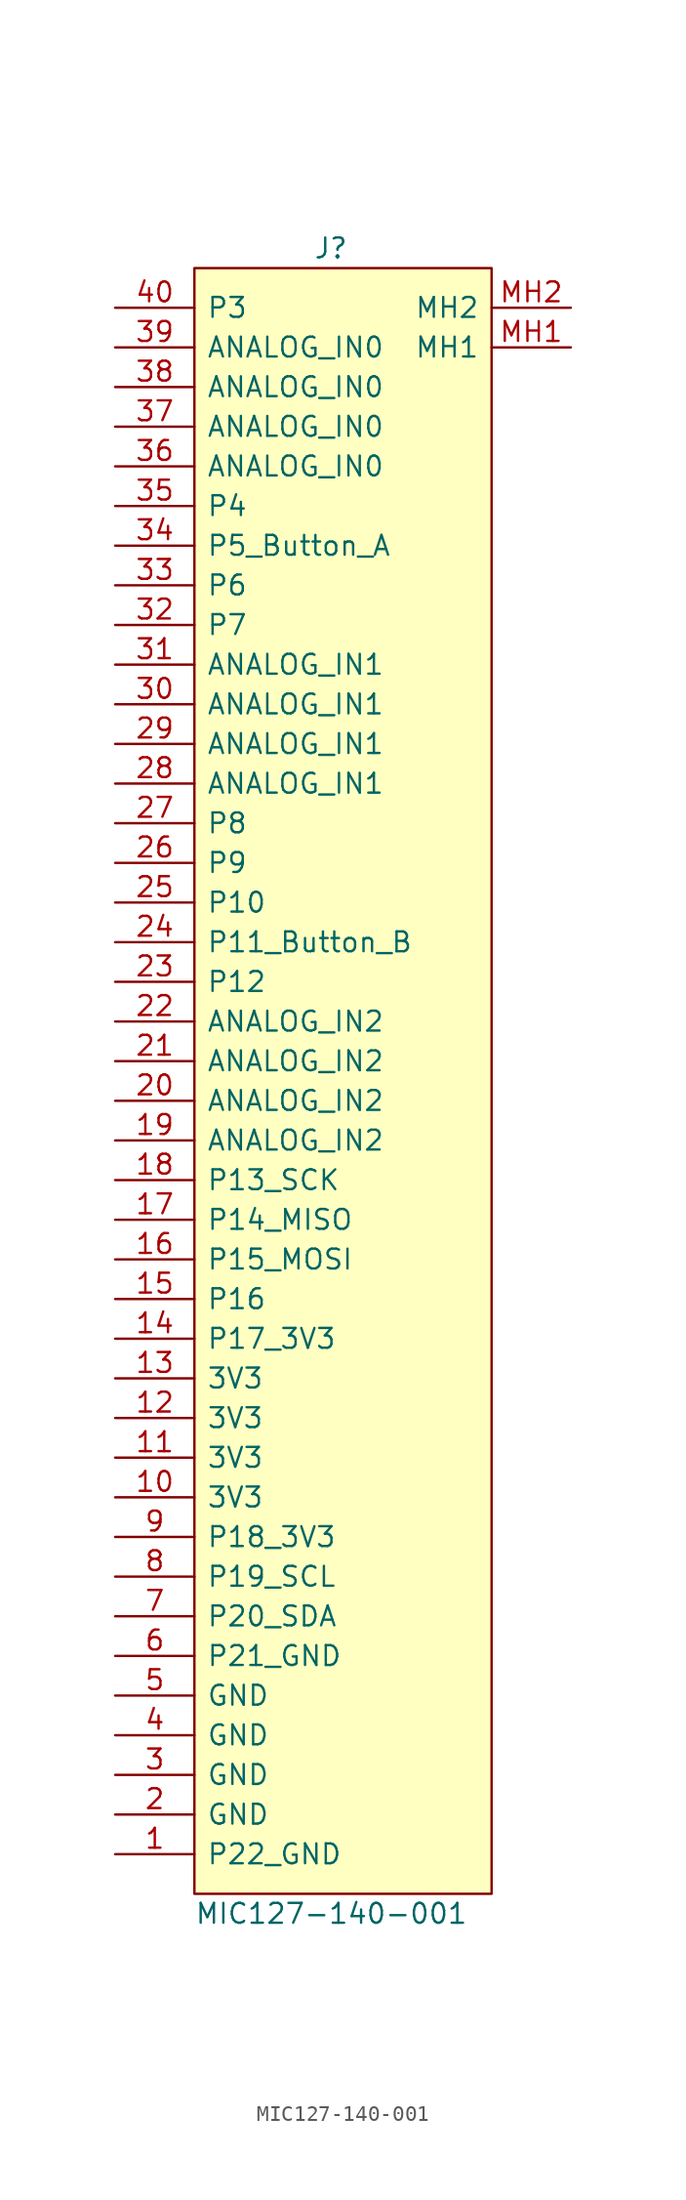
<source format=kicad_sym>
(kicad_symbol_lib
  (version 20211014)
  (generator kicad_symbol_editor)
  (symbol "MIC127-140-001"
    (pin_names
      (offset 0.762))
    (property "Reference" "J"
      (at -1.27 53.34 0)
      (effects (font (size 1.27 1.27)) (justify left)))
    (property "Value" "MIC127-140-001"
      (at -8.89 -53.34 0)
      (effects (font (size 1.27 1.27)) (justify left)))
    (symbol "MIC127-140-001_0_0"
      (pin passive line (at -13.97 -49.53 0) (length 5.08) (name "P22_GND" (effects (font (size 1.27 1.27)))) (number "1" (effects (font (size 1.27 1.27)))))
      (pin power_out line (at -13.97 -26.67 0) (length 5.08) (name "3V3" (effects (font (size 1.27 1.27)))) (number "10" (effects (font (size 1.27 1.27)))))
      (pin power_out line (at -13.97 -24.13 0) (length 5.08) (name "3V3" (effects (font (size 1.27 1.27)))) (number "11" (effects (font (size 1.27 1.27)))))
      (pin power_out line (at -13.97 -21.59 0) (length 5.08) (name "3V3" (effects (font (size 1.27 1.27)))) (number "12" (effects (font (size 1.27 1.27)))))
      (pin power_out line (at -13.97 -19.05 0) (length 5.08) (name "3V3" (effects (font (size 1.27 1.27)))) (number "13" (effects (font (size 1.27 1.27)))))
      (pin power_out line (at -13.97 -16.51 0) (length 5.08) (name "P17_3V3" (effects (font (size 1.27 1.27)))) (number "14" (effects (font (size 1.27 1.27)))))
      (pin bidirectional line (at -13.97 -13.97 0) (length 5.08) (name "P16" (effects (font (size 1.27 1.27)))) (number "15" (effects (font (size 1.27 1.27)))))
      (pin bidirectional line (at -13.97 -11.43 0) (length 5.08) (name "P15_MOSI" (effects (font (size 1.27 1.27)))) (number "16" (effects (font (size 1.27 1.27)))))
      (pin bidirectional line (at -13.97 -8.89 0) (length 5.08) (name "P14_MISO" (effects (font (size 1.27 1.27)))) (number "17" (effects (font (size 1.27 1.27)))))
      (pin bidirectional line (at -13.97 -6.35 0) (length 5.08) (name "P13_SCK" (effects (font (size 1.27 1.27)))) (number "18" (effects (font (size 1.27 1.27)))))
      (pin input line (at -13.97 -3.81 0) (length 5.08) (name "ANALOG_IN2" (effects (font (size 1.27 1.27)))) (number "19" (effects (font (size 1.27 1.27)))))
      (pin passive line (at -13.97 -46.99 0) (length 5.08) (name "GND" (effects (font (size 1.27 1.27)))) (number "2" (effects (font (size 1.27 1.27)))))
      (pin input line (at -13.97 -1.27 0) (length 5.08) (name "ANALOG_IN2" (effects (font (size 1.27 1.27)))) (number "20" (effects (font (size 1.27 1.27)))))
      (pin input line (at -13.97 1.27 0) (length 5.08) (name "ANALOG_IN2" (effects (font (size 1.27 1.27)))) (number "21" (effects (font (size 1.27 1.27)))))
      (pin input line (at -13.97 3.81 0) (length 5.08) (name "ANALOG_IN2" (effects (font (size 1.27 1.27)))) (number "22" (effects (font (size 1.27 1.27)))))
      (pin bidirectional line (at -13.97 6.35 0) (length 5.08) (name "P12" (effects (font (size 1.27 1.27)))) (number "23" (effects (font (size 1.27 1.27)))))
      (pin bidirectional line (at -13.97 8.89 0) (length 5.08) (name "P11_Button_B" (effects (font (size 1.27 1.27)))) (number "24" (effects (font (size 1.27 1.27)))))
      (pin bidirectional line (at -13.97 11.43 0) (length 5.08) (name "P10" (effects (font (size 1.27 1.27)))) (number "25" (effects (font (size 1.27 1.27)))))
      (pin bidirectional line (at -13.97 13.97 0) (length 5.08) (name "P9" (effects (font (size 1.27 1.27)))) (number "26" (effects (font (size 1.27 1.27)))))
      (pin bidirectional line (at -13.97 16.51 0) (length 5.08) (name "P8" (effects (font (size 1.27 1.27)))) (number "27" (effects (font (size 1.27 1.27)))))
      (pin input line (at -13.97 19.05 0) (length 5.08) (name "ANALOG_IN1" (effects (font (size 1.27 1.27)))) (number "28" (effects (font (size 1.27 1.27)))))
      (pin input line (at -13.97 21.59 0) (length 5.08) (name "ANALOG_IN1" (effects (font (size 1.27 1.27)))) (number "29" (effects (font (size 1.27 1.27)))))
      (pin passive line (at -13.97 -44.45 0) (length 5.08) (name "GND" (effects (font (size 1.27 1.27)))) (number "3" (effects (font (size 1.27 1.27)))))
      (pin input line (at -13.97 24.13 0) (length 5.08) (name "ANALOG_IN1" (effects (font (size 1.27 1.27)))) (number "30" (effects (font (size 1.27 1.27)))))
      (pin input line (at -13.97 26.67 0) (length 5.08) (name "ANALOG_IN1" (effects (font (size 1.27 1.27)))) (number "31" (effects (font (size 1.27 1.27)))))
      (pin bidirectional line (at -13.97 29.21 0) (length 5.08) (name "P7" (effects (font (size 1.27 1.27)))) (number "32" (effects (font (size 1.27 1.27)))))
      (pin bidirectional line (at -13.97 31.75 0) (length 5.08) (name "P6" (effects (font (size 1.27 1.27)))) (number "33" (effects (font (size 1.27 1.27)))))
      (pin bidirectional line (at -13.97 34.29 0) (length 5.08) (name "P5_Button_A" (effects (font (size 1.27 1.27)))) (number "34" (effects (font (size 1.27 1.27)))))
      (pin bidirectional line (at -13.97 36.83 0) (length 5.08) (name "P4" (effects (font (size 1.27 1.27)))) (number "35" (effects (font (size 1.27 1.27)))))
      (pin input line (at -13.97 39.37 0) (length 5.08) (name "ANALOG_IN0" (effects (font (size 1.27 1.27)))) (number "36" (effects (font (size 1.27 1.27)))))
      (pin input line (at -13.97 41.91 0) (length 5.08) (name "ANALOG_IN0" (effects (font (size 1.27 1.27)))) (number "37" (effects (font (size 1.27 1.27)))))
      (pin input line (at -13.97 44.45 0) (length 5.08) (name "ANALOG_IN0" (effects (font (size 1.27 1.27)))) (number "38" (effects (font (size 1.27 1.27)))))
      (pin input line (at -13.97 46.99 0) (length 5.08) (name "ANALOG_IN0" (effects (font (size 1.27 1.27)))) (number "39" (effects (font (size 1.27 1.27)))))
      (pin passive line (at -13.97 -41.91 0) (length 5.08) (name "GND" (effects (font (size 1.27 1.27)))) (number "4" (effects (font (size 1.27 1.27)))))
      (pin bidirectional line (at -13.97 49.53 0) (length 5.08) (name "P3" (effects (font (size 1.27 1.27)))) (number "40" (effects (font (size 1.27 1.27)))))
      (pin passive line (at -13.97 -39.37 0) (length 5.08) (name "GND" (effects (font (size 1.27 1.27)))) (number "5" (effects (font (size 1.27 1.27)))))
      (pin passive line (at -13.97 -36.83 0) (length 5.08) (name "P21_GND" (effects (font (size 1.27 1.27)))) (number "6" (effects (font (size 1.27 1.27)))))
      (pin bidirectional line (at -13.97 -34.29 0) (length 5.08) (name "P20_SDA" (effects (font (size 1.27 1.27)))) (number "7" (effects (font (size 1.27 1.27)))))
      (pin bidirectional line (at -13.97 -31.75 0) (length 5.08) (name "P19_SCL" (effects (font (size 1.27 1.27)))) (number "8" (effects (font (size 1.27 1.27)))))
      (pin power_out line (at -13.97 -29.21 0) (length 5.08) (name "P18_3V3" (effects (font (size 1.27 1.27)))) (number "9" (effects (font (size 1.27 1.27)))))
      (pin passive line (at 15.24 46.99 180) (length 5.08) (name "MH1" (effects (font (size 1.27 1.27)))) (number "MH1" (effects (font (size 1.27 1.27)))))
      (pin passive line (at 15.24 49.53 180) (length 5.08) (name "MH2" (effects (font (size 1.27 1.27)))) (number "MH2" (effects (font (size 1.27 1.27))))))
    (symbol "MIC127-140-001_0_1"
      (rectangle (start -8.89 52.07) (end 10.16 -52.07) (stroke (width 0) (type default) (color 0 0 0 0)) (fill (type background))))))
</source>
